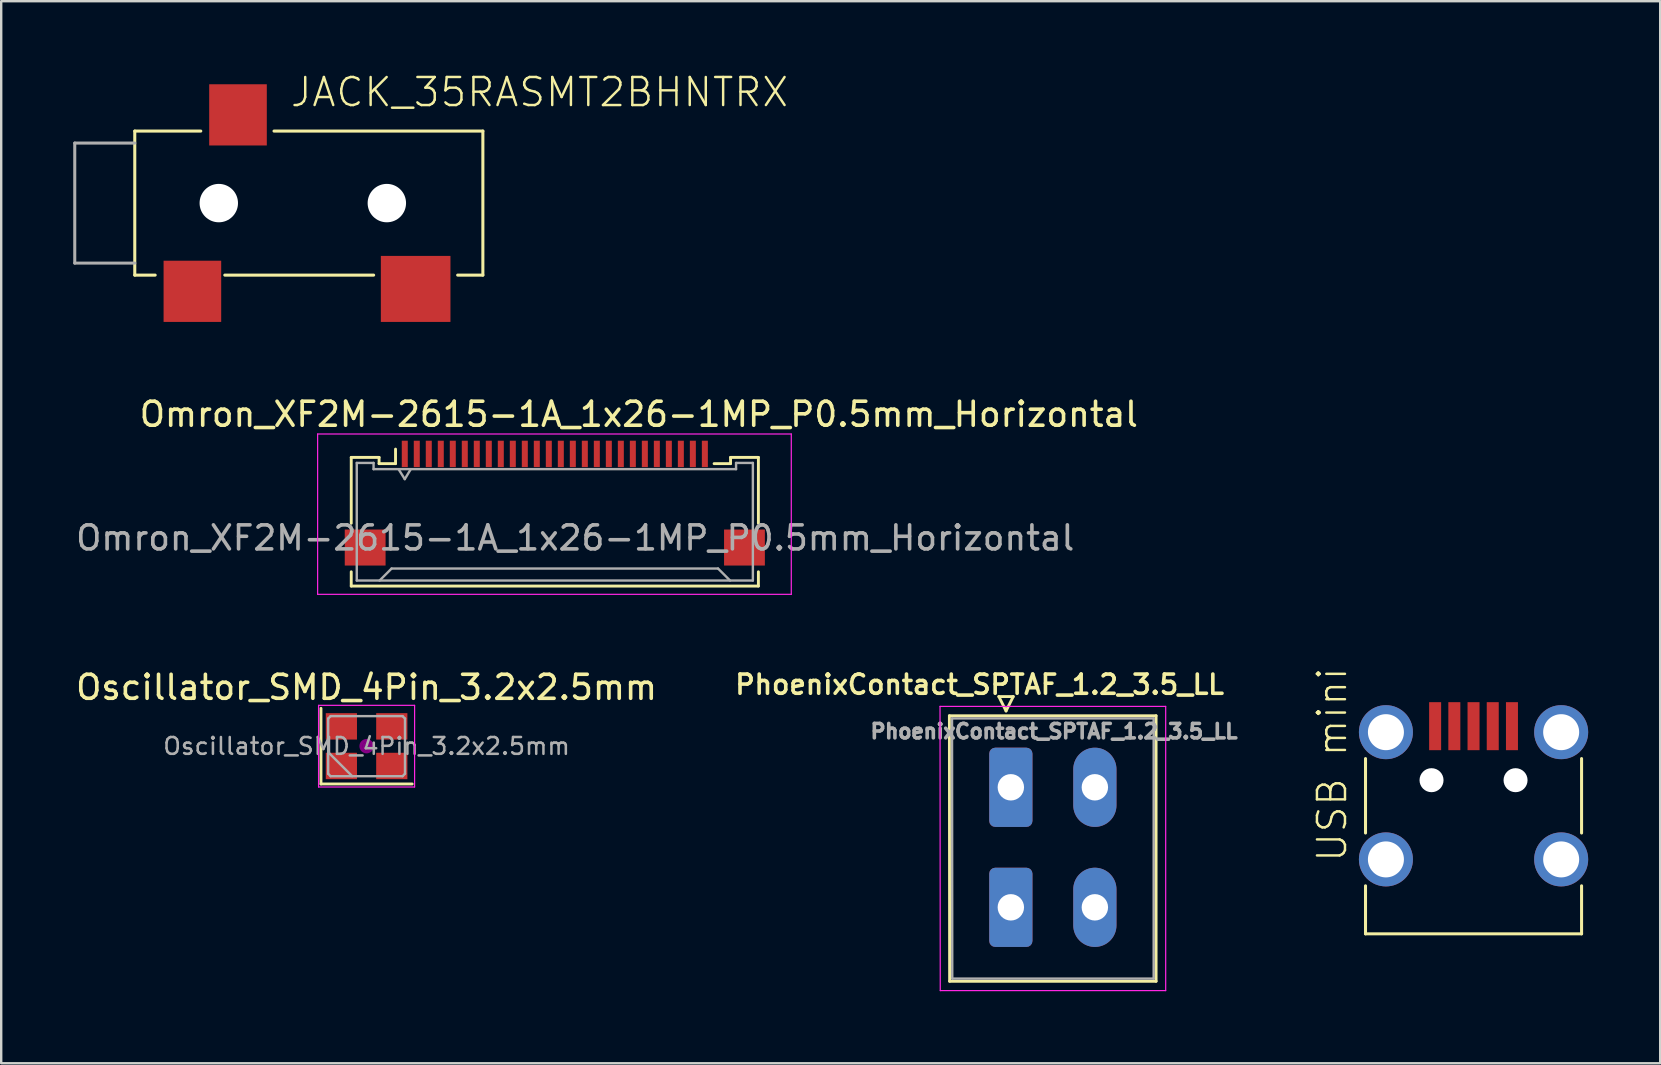
<source format=kicad_pcb>
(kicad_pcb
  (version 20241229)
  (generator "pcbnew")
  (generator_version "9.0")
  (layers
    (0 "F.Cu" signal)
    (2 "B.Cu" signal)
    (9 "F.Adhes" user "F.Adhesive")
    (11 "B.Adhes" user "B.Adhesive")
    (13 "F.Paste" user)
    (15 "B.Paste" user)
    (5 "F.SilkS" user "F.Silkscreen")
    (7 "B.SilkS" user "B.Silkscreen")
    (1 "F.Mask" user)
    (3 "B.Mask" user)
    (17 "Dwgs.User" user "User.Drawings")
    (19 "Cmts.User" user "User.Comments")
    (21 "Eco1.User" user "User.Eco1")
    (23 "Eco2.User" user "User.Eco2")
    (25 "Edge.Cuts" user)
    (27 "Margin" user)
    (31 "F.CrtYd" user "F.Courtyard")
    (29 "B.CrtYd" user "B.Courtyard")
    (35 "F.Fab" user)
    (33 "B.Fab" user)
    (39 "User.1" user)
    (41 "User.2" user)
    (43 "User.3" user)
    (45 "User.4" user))
  (footprint "Omron_XF2M-2615-1A_1x26-1MP_P0.5mm_Horizontal"
    (layer "F.Cu")
    (at 23.561 17.908)
    (property "Reference" "Omron_XF2M-2615-1A_1x26-1MP_P0.5mm_Horizontal" (at 0 -3.7 0) (layer "F.SilkS") (effects (font (size 1 1) (thickness 0.15))))
    (attr smd)
    (fp_line (start -11.98 -1.905) (end -11.98 0.84) (stroke (width 0.12) (type solid)) (layer "F.SilkS"))
    (fp_line (start -11.98 2.86) (end -11.98 3.455) (stroke (width 0.12) (type solid)) (layer "F.SilkS"))
    (fp_line (start -11.98 3.455) (end 4.98 3.455) (stroke (width 0.12) (type solid)) (layer "F.SilkS"))
    (fp_line (start -10.82 -1.905) (end -11.98 -1.905) (stroke (width 0.12) (type solid)) (layer "F.SilkS"))
    (fp_line (start -10.82 -1.645) (end -10.82 -1.905) (stroke (width 0.12) (type solid)) (layer "F.SilkS"))
    (fp_line (start -10.135 -1.645) (end -10.82 -1.645) (stroke (width 0.12) (type solid)) (layer "F.SilkS"))
    (fp_line (start -10.135 -1.645) (end -10.135 -2.25) (stroke (width 0.12) (type solid)) (layer "F.SilkS"))
    (fp_line (start 3.82 -1.905) (end 3.82 -1.645) (stroke (width 0.12) (type solid)) (layer "F.SilkS"))
    (fp_line (start 3.82 -1.645) (end 3.135 -1.645) (stroke (width 0.12) (type solid)) (layer "F.SilkS"))
    (fp_line (start 4.98 -1.905) (end 3.82 -1.905) (stroke (width 0.12) (type solid)) (layer "F.SilkS"))
    (fp_line (start 4.98 0.84) (end 4.98 -1.905) (stroke (width 0.12) (type solid)) (layer "F.SilkS"))
    (fp_line (start 4.98 3.455) (end 4.98 2.86) (stroke (width 0.12) (type solid)) (layer "F.SilkS"))
    (fp_line (start -13.38 -2.88) (end 6.35 -2.88) (stroke (width 0.05) (type solid)) (layer "F.CrtYd"))
    (fp_line (start -13.38 3.8) (end -13.38 -2.88) (stroke (width 0.05) (type solid)) (layer "F.CrtYd"))
    (fp_line (start 6.35 -2.88) (end 6.35 3.8) (stroke (width 0.05) (type solid)) (layer "F.CrtYd"))
    (fp_line (start 6.35 3.8) (end -13.38 3.8) (stroke (width 0.05) (type solid)) (layer "F.CrtYd"))
    (fp_line (start -11.75 -1.675) (end -11.75 3.225) (stroke (width 0.1) (type solid)) (layer "F.Fab"))
    (fp_line (start -11.75 3.225) (end 4.75 3.225) (stroke (width 0.1) (type solid)) (layer "F.Fab"))
    (fp_line (start -11.05 -1.675) (end -11.75 -1.675) (stroke (width 0.1) (type solid)) (layer "F.Fab"))
    (fp_line (start -11.05 -1.675) (end -11.05 -1.415) (stroke (width 0.1) (type solid)) (layer "F.Fab"))
    (fp_line (start -10.3 2.725) (end -10.8 3.225) (stroke (width 0.1) (type solid)) (layer "F.Fab"))
    (fp_line (start -10.3 2.725) (end 3.3 2.725) (stroke (width 0.1) (type solid)) (layer "F.Fab"))
    (fp_line (start -9.75 -1) (end -10 -1.4) (stroke (width 0.1) (type solid)) (layer "F.Fab"))
    (fp_line (start -9.5 -1.415) (end -9.75 -1) (stroke (width 0.1) (type solid)) (layer "F.Fab"))
    (fp_line (start 3.3 2.725) (end 3.8 3.225) (stroke (width 0.1) (type solid)) (layer "F.Fab"))
    (fp_line (start 4.05 -1.675) (end 4.05 -1.415) (stroke (width 0.1) (type solid)) (layer "F.Fab"))
    (fp_line (start 4.05 -1.675) (end 4.75 -1.675) (stroke (width 0.1) (type solid)) (layer "F.Fab"))
    (fp_line (start 4.05 -1.415) (end -11.05 -1.415) (stroke (width 0.1) (type solid)) (layer "F.Fab"))
    (fp_line (start 4.75 3.225) (end 4.75 -1.675) (stroke (width 0.1) (type solid)) (layer "F.Fab"))
    (fp_text user "${REFERENCE}" (at -2.65 1.45 0) (layer "F.Fab") (effects (font (size 1 1) (thickness 0.15))))
    (pad "1" smd rect (at -9.75 -2.05) (size 0.25 1.1) (layers "F.Cu" "F.Mask" "F.Paste"))
    (pad "2" smd rect (at -9.25 -2.05) (size 0.25 1.1) (layers "F.Cu" "F.Mask" "F.Paste"))
    (pad "3" smd rect (at -8.75 -2.05) (size 0.25 1.1) (layers "F.Cu" "F.Mask" "F.Paste"))
    (pad "4" smd rect (at -8.25 -2.05) (size 0.25 1.1) (layers "F.Cu" "F.Mask" "F.Paste"))
    (pad "5" smd rect (at -7.75 -2.05) (size 0.25 1.1) (layers "F.Cu" "F.Mask" "F.Paste"))
    (pad "6" smd rect (at -7.25 -2.05) (size 0.25 1.1) (layers "F.Cu" "F.Mask" "F.Paste"))
    (pad "7" smd rect (at -6.75 -2.05) (size 0.25 1.1) (layers "F.Cu" "F.Mask" "F.Paste"))
    (pad "8" smd rect (at -6.25 -2.05) (size 0.25 1.1) (layers "F.Cu" "F.Mask" "F.Paste"))
    (pad "9" smd rect (at -5.75 -2.05) (size 0.25 1.1) (layers "F.Cu" "F.Mask" "F.Paste"))
    (pad "10" smd rect (at -5.25 -2.05) (size 0.25 1.1) (layers "F.Cu" "F.Mask" "F.Paste"))
    (pad "11" smd rect (at -4.75 -2.05) (size 0.25 1.1) (layers "F.Cu" "F.Mask" "F.Paste"))
    (pad "12" smd rect (at -4.25 -2.05) (size 0.25 1.1) (layers "F.Cu" "F.Mask" "F.Paste"))
    (pad "13" smd rect (at -3.75 -2.05) (size 0.25 1.1) (layers "F.Cu" "F.Mask" "F.Paste"))
    (pad "14" smd rect (at -3.25 -2.05) (size 0.25 1.1) (layers "F.Cu" "F.Mask" "F.Paste"))
    (pad "15" smd rect (at -2.75 -2.05) (size 0.25 1.1) (layers "F.Cu" "F.Mask" "F.Paste"))
    (pad "16" smd rect (at -2.25 -2.05) (size 0.25 1.1) (layers "F.Cu" "F.Mask" "F.Paste"))
    (pad "17" smd rect (at -1.75 -2.05) (size 0.25 1.1) (layers "F.Cu" "F.Mask" "F.Paste"))
    (pad "18" smd rect (at -1.25 -2.05) (size 0.25 1.1) (layers "F.Cu" "F.Mask" "F.Paste"))
    (pad "19" smd rect (at -0.75 -2.05) (size 0.25 1.1) (layers "F.Cu" "F.Mask" "F.Paste"))
    (pad "20" smd rect (at -0.25 -2.05) (size 0.25 1.1) (layers "F.Cu" "F.Mask" "F.Paste"))
    (pad "21" smd rect (at 0.25 -2.05) (size 0.25 1.1) (layers "F.Cu" "F.Mask" "F.Paste"))
    (pad "22" smd rect (at 0.75 -2.05) (size 0.25 1.1) (layers "F.Cu" "F.Mask" "F.Paste"))
    (pad "23" smd rect (at 1.25 -2.05) (size 0.25 1.1) (layers "F.Cu" "F.Mask" "F.Paste"))
    (pad "24" smd rect (at 1.75 -2.05) (size 0.25 1.1) (layers "F.Cu" "F.Mask" "F.Paste"))
    (pad "25" smd rect (at 2.25 -2.05) (size 0.25 1.1) (layers "F.Cu" "F.Mask" "F.Paste"))
    (pad "26" smd rect (at 2.75 -2.05) (size 0.25 1.1) (layers "F.Cu" "F.Mask" "F.Paste"))
    (pad "MP" smd rect (at -11.4 1.85) (size 1.7 1.5) (layers "F.Cu" "F.Mask" "F.Paste"))
    (pad "MP" smd rect (at 4.4 1.85) (size 1.7 1.5) (layers "F.Cu" "F.Mask" "F.Paste")))
  (footprint "PhoenixContact_SPTAF_1.2_3.5_LL"
    (layer "F.Cu")
    (at 38.057 37.765)
    (property "Reference" "PhoenixContact_SPTAF_1.2_3.5_LL" (at -0.3 -12.3 0) (layer "F.SilkS") (effects (font (size 0.8 0.8) (thickness 0.15))))
    (attr through_hole)
    (fp_line (start -1.56 -11) (end 7.05 -11) (stroke (width 0.12) (type solid)) (layer "F.SilkS"))
    (fp_line (start -1.55 0.06) (end -1.56 -11) (stroke (width 0.12) (type solid)) (layer "F.SilkS"))
    (fp_line (start 0.5 -11.8) (end 0.8 -11.2) (stroke (width 0.12) (type solid)) (layer "F.SilkS"))
    (fp_line (start 0.5 -11.8) (end 1.1 -11.8) (stroke (width 0.12) (type solid)) (layer "F.SilkS"))
    (fp_line (start 1.1 -11.8) (end 0.8 -11.2) (stroke (width 0.12) (type solid)) (layer "F.SilkS"))
    (fp_line (start 7.05 -11) (end 7.05 0.06) (stroke (width 0.12) (type solid)) (layer "F.SilkS"))
    (fp_line (start 7.05 0.06) (end -1.55 0.06) (stroke (width 0.12) (type solid)) (layer "F.SilkS"))
    (fp_line (start -1.95 -11.39) (end -1.94 0.45) (stroke (width 0.05) (type solid)) (layer "F.CrtYd"))
    (fp_line (start -1.94 0.45) (end 7.45 0.45) (stroke (width 0.05) (type solid)) (layer "F.CrtYd"))
    (fp_line (start 7.45 -11.39) (end -1.95 -11.39) (stroke (width 0.05) (type solid)) (layer "F.CrtYd"))
    (fp_line (start 7.45 0.45) (end 7.45 -11.39) (stroke (width 0.05) (type solid)) (layer "F.CrtYd"))
    (fp_line (start -1.45 -10.89) (end -1.44 -0.05) (stroke (width 0.1) (type solid)) (layer "F.Fab"))
    (fp_line (start -1.44 -0.05) (end 6.95 -0.05) (stroke (width 0.1) (type solid)) (layer "F.Fab"))
    (fp_line (start 6.95 -10.89) (end -1.45 -10.89) (stroke (width 0.1) (type solid)) (layer "F.Fab"))
    (fp_line (start 6.95 -0.05) (end 6.95 -10.89) (stroke (width 0.1) (type solid)) (layer "F.Fab"))
    (fp_text user "${REFERENCE}" (at 2.8 -10.35 0) (layer "F.Fab") (effects (font (size 0.6 0.6) (thickness 0.15))))
    (pad "1" thru_hole roundrect (at 1 -8.02) (size 1.8 3.3) (drill 1.1) (layers "*.Cu" "*.Mask") (roundrect_rratio 0.139))
    (pad "1" thru_hole roundrect (at 1 -3.02) (size 1.8 3.3) (drill 1.1) (layers "*.Cu" "*.Mask") (roundrect_rratio 0.139))
    (pad "2" thru_hole oval (at 4.5 -8.02) (size 1.8 3.3) (drill 1.1) (layers "*.Cu" "*.Mask"))
    (pad "2" thru_hole oval (at 4.5 -3.02) (size 1.8 3.3) (drill 1.1) (layers "*.Cu" "*.Mask")))
  (footprint "Oscillator_SMD_4Pin_3.2x2.5mm"
    (layer "F.Cu")
    (at 12.22 28.032)
    (property "Reference" "Oscillator_SMD_4Pin_3.2x2.5mm" (at 0 -2.45 0) (layer "F.SilkS") (effects (font (size 1 1) (thickness 0.15))))
    (attr smd)
    (fp_line (start -1.9 -1.575) (end -1.9 1.575) (stroke (width 0.12) (type solid)) (layer "F.SilkS"))
    (fp_line (start -1.9 1.575) (end 1.9 1.575) (stroke (width 0.12) (type solid)) (layer "F.SilkS"))
    (fp_circle (center 0 0) (end 0.058 0) (stroke (width 0.117) (type solid)) (fill no) (layer "F.Adhes"))
    (fp_circle (center 0 0) (end 0.133 0) (stroke (width 0.083) (type solid)) (fill no) (layer "F.Adhes"))
    (fp_circle (center 0 0) (end 0.208 0) (stroke (width 0.083) (type solid)) (fill no) (layer "F.Adhes"))
    (fp_circle (center 0 0) (end 0.25 0) (stroke (width 0.1) (type solid)) (fill no) (layer "F.Adhes"))
    (fp_line (start -2 -1.7) (end -2 1.7) (stroke (width 0.05) (type solid)) (layer "F.CrtYd"))
    (fp_line (start -2 1.7) (end 2 1.7) (stroke (width 0.05) (type solid)) (layer "F.CrtYd"))
    (fp_line (start 2 -1.7) (end -2 -1.7) (stroke (width 0.05) (type solid)) (layer "F.CrtYd"))
    (fp_line (start 2 1.7) (end 2 -1.7) (stroke (width 0.05) (type solid)) (layer "F.CrtYd"))
    (fp_line (start -1.6 -1.15) (end -1.5 -1.25) (stroke (width 0.1) (type solid)) (layer "F.Fab"))
    (fp_line (start -1.6 0.25) (end -0.6 1.25) (stroke (width 0.1) (type solid)) (layer "F.Fab"))
    (fp_line (start -1.6 1.15) (end -1.6 -1.15) (stroke (width 0.1) (type solid)) (layer "F.Fab"))
    (fp_line (start -1.5 -1.25) (end 1.5 -1.25) (stroke (width 0.1) (type solid)) (layer "F.Fab"))
    (fp_line (start -1.5 1.25) (end -1.6 1.15) (stroke (width 0.1) (type solid)) (layer "F.Fab"))
    (fp_line (start 1.5 -1.25) (end 1.6 -1.15) (stroke (width 0.1) (type solid)) (layer "F.Fab"))
    (fp_line (start 1.5 1.25) (end -1.5 1.25) (stroke (width 0.1) (type solid)) (layer "F.Fab"))
    (fp_line (start 1.6 -1.15) (end 1.6 1.15) (stroke (width 0.1) (type solid)) (layer "F.Fab"))
    (fp_line (start 1.6 1.15) (end 1.5 1.25) (stroke (width 0.1) (type solid)) (layer "F.Fab"))
    (fp_text user "${REFERENCE}" (at 0 0 0) (layer "F.Fab") (effects (font (size 0.7 0.7) (thickness 0.105))))
    (pad "1" smd rect (at -1.05 0.825) (size 1.3 1.1) (layers "F.Cu" "F.Mask" "F.Paste"))
    (pad "2" smd rect (at 1.05 0.825) (size 1.3 1.1) (layers "F.Cu" "F.Mask" "F.Paste"))
    (pad "3" smd rect (at 1.05 -0.825) (size 1.3 1.1) (layers "F.Cu" "F.Mask" "F.Paste"))
    (pad "4" smd rect (at -1.05 -0.825) (size 1.3 1.1) (layers "F.Cu" "F.Mask" "F.Paste")))
  (footprint "JACK_35RASMT2BHNTRX"
    (layer "F.Cu")
    (at 6.064 5.41)
    (property "Reference" "JACK_35RASMT2BHNTRX" (at 2.921 -3.937 0) (layer "F.SilkS") (effects (font (size 1.168 1.168) (thickness 0.102)) (justify left bottom)))
    (fp_line (start -3.5 -3) (end -3.5 3) (stroke (width 0.127) (type solid)) (layer "F.SilkS"))
    (fp_line (start -3.5 -3) (end -0.75 -3) (stroke (width 0.127) (type solid)) (layer "F.SilkS"))
    (fp_line (start -2.65 3) (end -3.5 3) (stroke (width 0.127) (type solid)) (layer "F.SilkS"))
    (fp_line (start 2.3 -3) (end 11 -3) (stroke (width 0.127) (type solid)) (layer "F.SilkS"))
    (fp_line (start 6.45 3) (end 0.25 3) (stroke (width 0.127) (type solid)) (layer "F.SilkS"))
    (fp_line (start 11 -3) (end 11 3) (stroke (width 0.127) (type solid)) (layer "F.SilkS"))
    (fp_line (start 11 3) (end 9.95 3) (stroke (width 0.127) (type solid)) (layer "F.SilkS"))
    (fp_line (start -6 -2.5) (end -6 2.5) (stroke (width 0.127) (type solid)) (layer "F.Fab"))
    (fp_line (start -6 2.5) (end -3.5 2.5) (stroke (width 0.127) (type solid)) (layer "F.Fab"))
    (fp_line (start -3.5 -2.5) (end -6 -2.5) (stroke (width 0.127) (type solid)) (layer "F.Fab"))
    (pad "" np_thru_hole circle (at 0 0) (size 1.6 1.6) (drill 1.6) (layers "*.Cu" "*.Mask"))
    (pad "" np_thru_hole circle (at 7 0) (size 1.6 1.6) (drill 1.6) (layers "*.Cu" "*.Mask"))
    (pad "1" smd rect (at 0.8 -3.675 90) (size 2.55 2.4) (layers "F.Cu" "F.Mask" "F.Paste"))
    (pad "4" smd rect (at 8.2 3.575 90) (size 2.75 2.9) (layers "F.Cu" "F.Mask" "F.Paste"))
    (pad "5" smd rect (at -1.1 3.675 90) (size 2.55 2.4) (layers "F.Cu" "F.Mask" "F.Paste")))
  (footprint "USB mini"
    (layer "F.Cu")
    (at 58.331 35.849)
    (property "Reference" "USB mini" (at -5.207 -2.921 90) (layer "F.SilkS") (effects (font (size 1.168 1.168) (thickness 0.102)) (justify left bottom)))
    (fp_line (start -4.5 -7.3) (end -4.5 -4.2) (stroke (width 0.127) (type solid)) (layer "F.SilkS"))
    (fp_line (start -4.5 -2) (end -4.5 0) (stroke (width 0.127) (type solid)) (layer "F.SilkS"))
    (fp_line (start -4.5 0) (end 4.5 0) (stroke (width 0.127) (type solid)) (layer "F.SilkS"))
    (fp_line (start 4.5 -7.3) (end 4.5 -4.2) (stroke (width 0.127) (type solid)) (layer "F.SilkS"))
    (fp_line (start 4.5 0) (end 4.5 -2) (stroke (width 0.127) (type solid)) (layer "F.SilkS"))
    (pad "" np_thru_hole circle (at -1.75 -6.4) (size 1 1) (drill 1) (layers "*.Cu" "*.Mask"))
    (pad "" np_thru_hole circle (at 1.75 -6.4) (size 1 1) (drill 1) (layers "*.Cu" "*.Mask"))
    (pad "P$1" smd rect (at -1.6 -8.65 90) (size 2 0.5) (layers "F.Cu" "F.Mask" "F.Paste"))
    (pad "P$2" smd rect (at -0.8 -8.65 90) (size 2 0.5) (layers "F.Cu" "F.Mask" "F.Paste"))
    (pad "P$3" smd rect (at 0 -8.65 90) (size 2 0.5) (layers "F.Cu" "F.Mask" "F.Paste"))
    (pad "P$4" smd rect (at 0.8 -8.65 90) (size 2 0.5) (layers "F.Cu" "F.Mask" "F.Paste"))
    (pad "P$5" smd rect (at 1.6 -8.65 90) (size 2 0.5) (layers "F.Cu" "F.Mask" "F.Paste"))
    (pad "SHIELD_1" thru_hole circle (at -3.65 -3.1 90) (size 2.25 2.25) (drill 1.5) (layers "*.Cu" "*.Mask"))
    (pad "SHIELD_2" thru_hole circle (at 3.65 -3.1 90) (size 2.25 2.25) (drill 1.5) (layers "*.Cu" "*.Mask"))
    (pad "SHIELD_3" thru_hole circle (at 3.65 -8.4) (size 2.25 2.25) (drill 1.5) (layers "*.Cu" "*.Mask"))
    (pad "SHIELD_4" thru_hole circle (at -3.65 -8.4) (size 2.25 2.25) (drill 1.5) (layers "*.Cu" "*.Mask")))
  (gr_rect
    (start -3 -3)
    (end 66.106 41.24)
    (stroke (width 0.1) (type default))
    (fill no)
    (layer "Edge.Cuts")))
</source>
